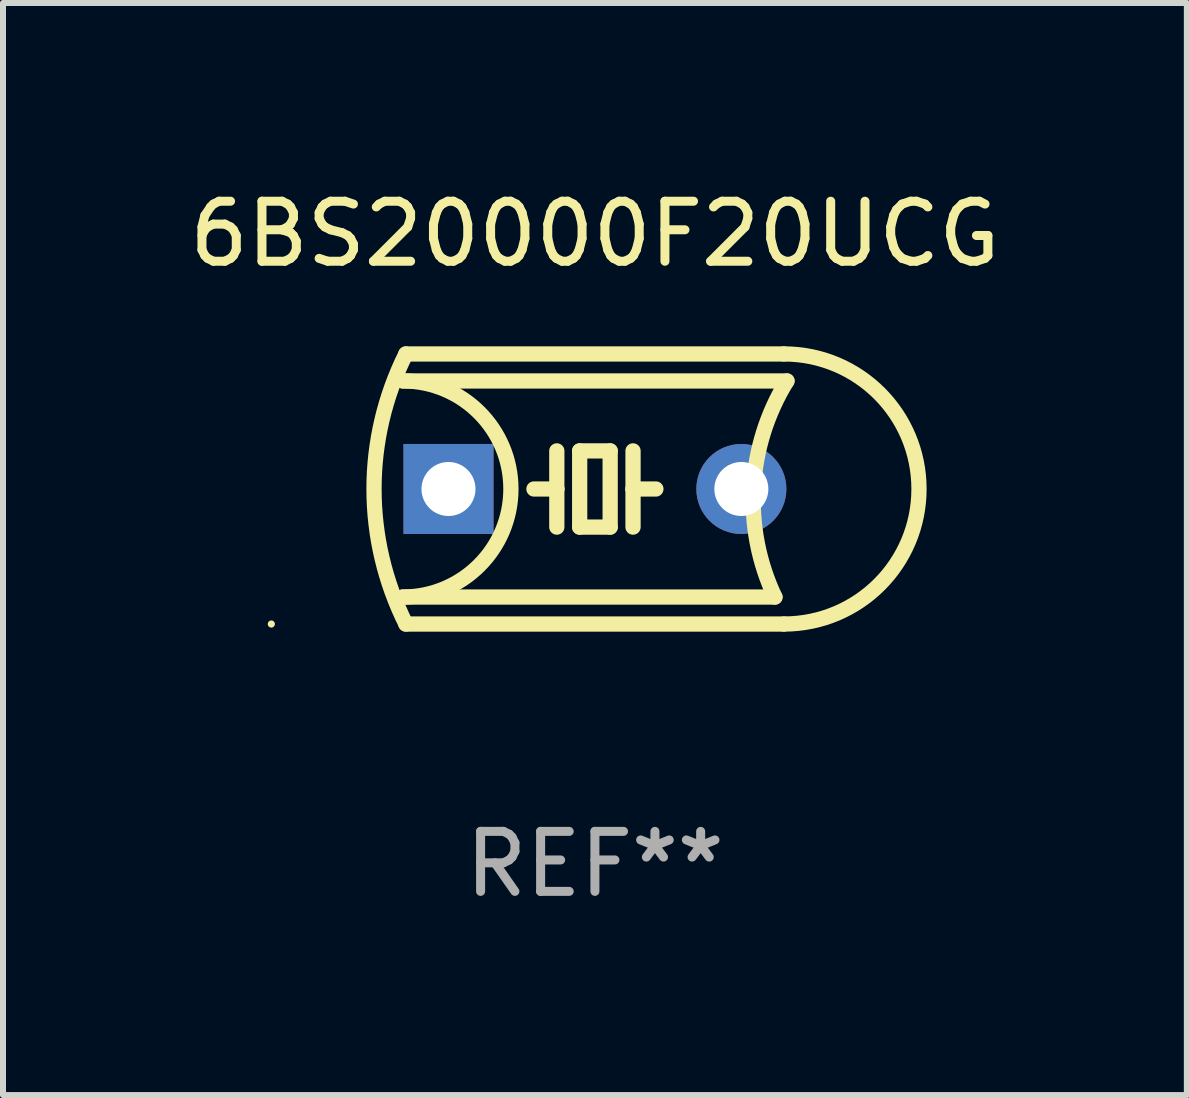
<source format=kicad_pcb>
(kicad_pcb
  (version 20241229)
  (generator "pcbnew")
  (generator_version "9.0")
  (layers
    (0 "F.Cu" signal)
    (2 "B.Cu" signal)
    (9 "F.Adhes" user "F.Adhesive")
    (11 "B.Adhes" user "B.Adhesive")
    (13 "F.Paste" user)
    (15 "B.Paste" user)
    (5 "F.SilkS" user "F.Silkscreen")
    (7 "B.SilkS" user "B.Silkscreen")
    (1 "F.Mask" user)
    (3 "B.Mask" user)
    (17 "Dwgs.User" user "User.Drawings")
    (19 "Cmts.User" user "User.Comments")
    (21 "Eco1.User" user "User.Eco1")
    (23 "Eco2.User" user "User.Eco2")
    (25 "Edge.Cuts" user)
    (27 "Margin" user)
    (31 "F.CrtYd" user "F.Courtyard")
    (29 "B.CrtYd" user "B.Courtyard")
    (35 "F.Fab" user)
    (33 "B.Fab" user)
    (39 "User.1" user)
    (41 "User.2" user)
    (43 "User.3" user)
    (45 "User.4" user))
  (footprint "6BS20000F20UCG"
    (layer "F.Cu")
    (at 6.863 5.098)
    (property "Reference" "6BS20000F20UCG" (at 0 -4.25 0) (layer "F.SilkS") (effects (font (size 1 1) (thickness 0.15))))
    (attr through_hole)
    (fp_line (start -3.2 -1.8) (end 3.2 -1.8) (stroke (width 0.254) (type solid)) (layer "F.SilkS"))
    (fp_line (start -3.15 2.25) (end 3.15 2.25) (stroke (width 0.254) (type solid)) (layer "F.SilkS"))
    (fp_line (start -0.635 -0.635) (end -0.635 0) (stroke (width 0.254) (type solid)) (layer "F.SilkS"))
    (fp_line (start -0.635 0) (end -1.016 0) (stroke (width 0.254) (type solid)) (layer "F.SilkS"))
    (fp_line (start -0.635 0) (end -0.635 0.635) (stroke (width 0.254) (type solid)) (layer "F.SilkS"))
    (fp_line (start -0.254 -0.635) (end -0.254 0.635) (stroke (width 0.254) (type solid)) (layer "F.SilkS"))
    (fp_line (start -0.254 0.635) (end 0.254 0.635) (stroke (width 0.254) (type solid)) (layer "F.SilkS"))
    (fp_line (start 0.254 -0.635) (end -0.254 -0.635) (stroke (width 0.254) (type solid)) (layer "F.SilkS"))
    (fp_line (start 0.254 0.635) (end 0.254 -0.635) (stroke (width 0.254) (type solid)) (layer "F.SilkS"))
    (fp_line (start 0.635 -0.635) (end 0.635 0) (stroke (width 0.254) (type solid)) (layer "F.SilkS"))
    (fp_line (start 0.635 0) (end 0.635 0.635) (stroke (width 0.254) (type solid)) (layer "F.SilkS"))
    (fp_line (start 0.635 0) (end 1.016 0) (stroke (width 0.254) (type solid)) (layer "F.SilkS"))
    (fp_line (start 3 1.8) (end -3.2 1.8) (stroke (width 0.254) (type solid)) (layer "F.SilkS"))
    (fp_line (start 3.15 -2.25) (end -3.15 -2.25) (stroke (width 0.254) (type solid)) (layer "F.SilkS"))
    (fp_arc (start -3.200406 -1.800864) (mid -1.399974 -0.000635) (end -3.2 1.8) (stroke (width 0.254001) (type solid)) (layer "F.SilkS"))
    (fp_arc (start -3.149606 2.250444) (mid -3.680941 0.000261) (end -3.149987 -2.250013) (stroke (width 0.254001) (type solid)) (layer "F.SilkS"))
    (fp_arc (start 2.999746 1.800863) (mid 2.642982 -0.024977) (end 3.2 -1.8) (stroke (width 0.254001) (type solid)) (layer "F.SilkS"))
    (fp_arc (start 3.149607 -2.250445) (mid 5.399848 -0.000406) (end 3.149987 2.250013) (stroke (width 0.254001) (type solid)) (layer "F.SilkS"))
    (fp_circle (center -5.392 2.25) (end -5.362 2.25) (stroke (width 0.06) (type solid)) (fill no) (layer "F.SilkS"))
    (fp_text user "REF**" (at 0 6.25 0) (layer "F.Fab") (effects (font (size 1 1) (thickness 0.15))))
    (pad "1" thru_hole rect (at -2.44 0) (size 1.5 1.5) (drill 0.9) (layers "*.Cu" "*.Mask"))
    (pad "2" thru_hole circle (at 2.44 0) (size 1.5 1.5) (drill 0.9) (layers "*.Cu" "*.Mask")))
  (gr_rect
    (start -3 -3)
    (end 16.726 15.197)
    (stroke (width 0.1) (type default))
    (fill no)
    (layer "Edge.Cuts")))
</source>
